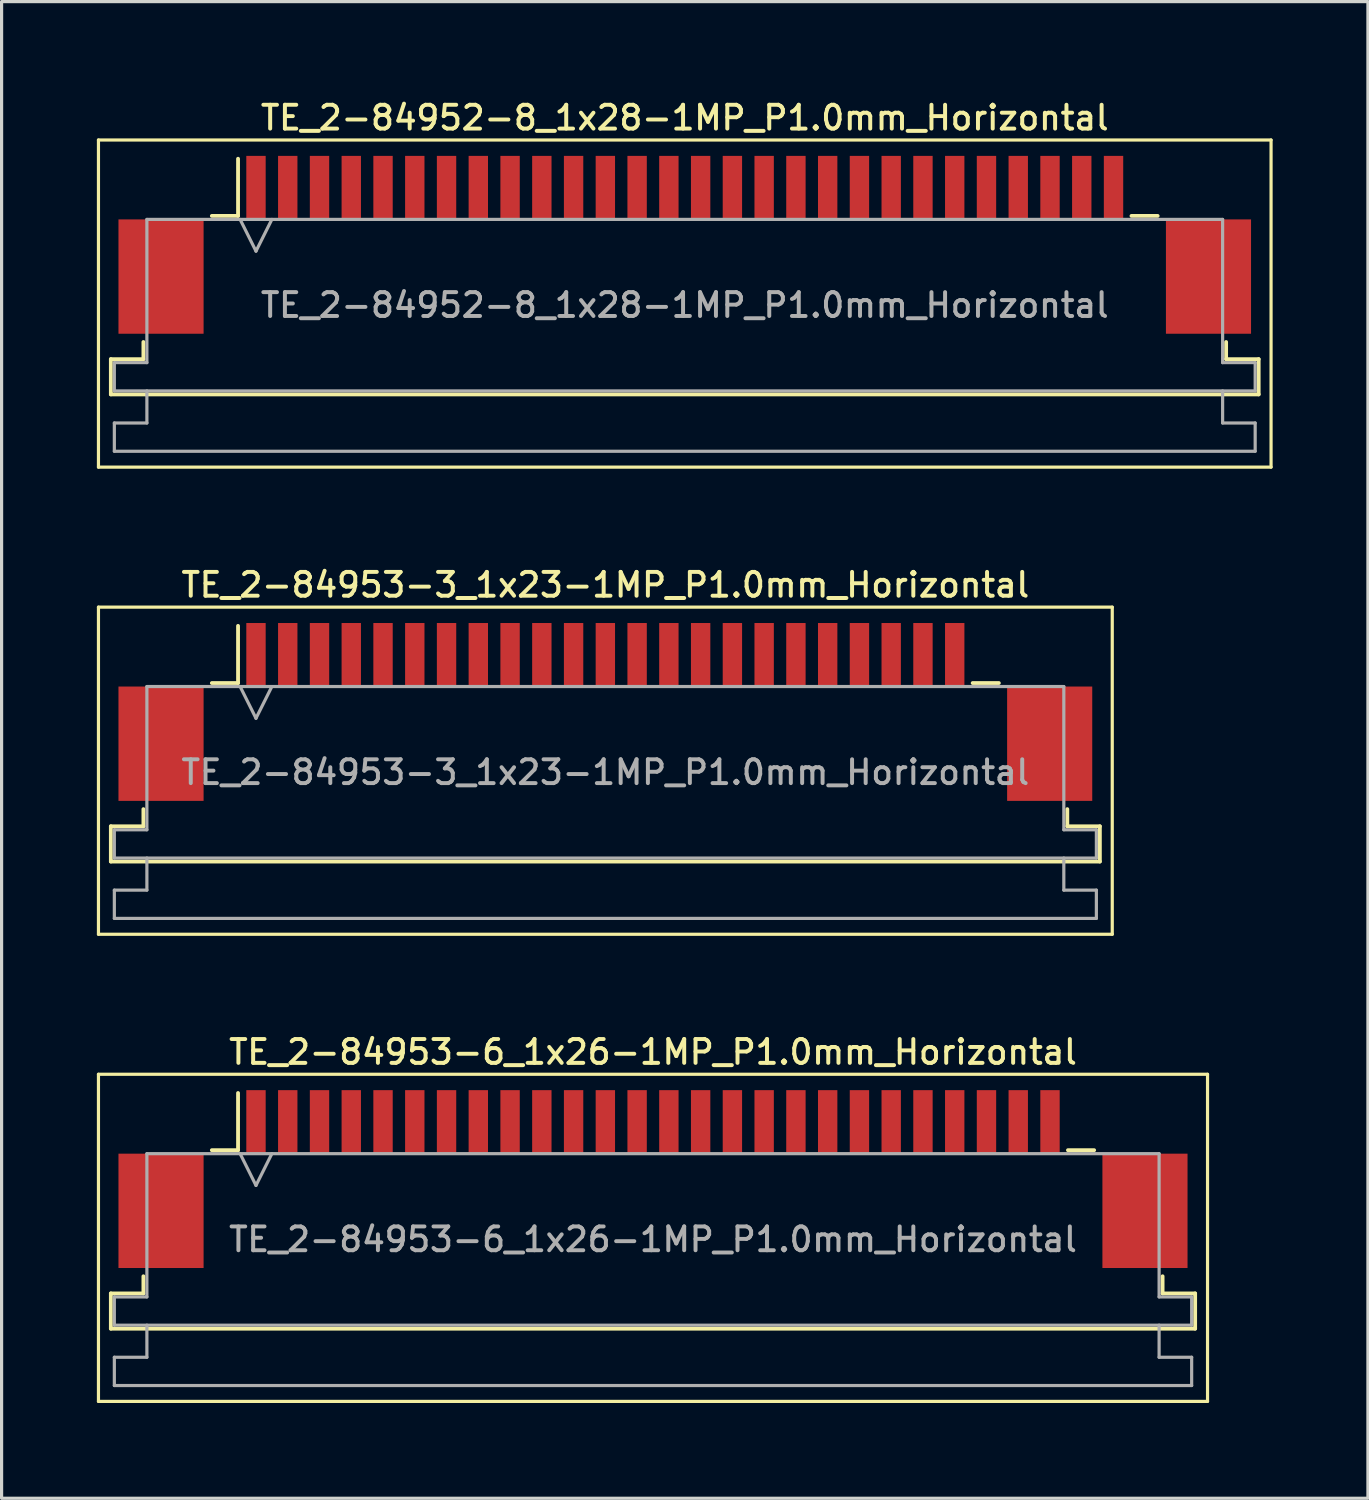
<source format=kicad_pcb>
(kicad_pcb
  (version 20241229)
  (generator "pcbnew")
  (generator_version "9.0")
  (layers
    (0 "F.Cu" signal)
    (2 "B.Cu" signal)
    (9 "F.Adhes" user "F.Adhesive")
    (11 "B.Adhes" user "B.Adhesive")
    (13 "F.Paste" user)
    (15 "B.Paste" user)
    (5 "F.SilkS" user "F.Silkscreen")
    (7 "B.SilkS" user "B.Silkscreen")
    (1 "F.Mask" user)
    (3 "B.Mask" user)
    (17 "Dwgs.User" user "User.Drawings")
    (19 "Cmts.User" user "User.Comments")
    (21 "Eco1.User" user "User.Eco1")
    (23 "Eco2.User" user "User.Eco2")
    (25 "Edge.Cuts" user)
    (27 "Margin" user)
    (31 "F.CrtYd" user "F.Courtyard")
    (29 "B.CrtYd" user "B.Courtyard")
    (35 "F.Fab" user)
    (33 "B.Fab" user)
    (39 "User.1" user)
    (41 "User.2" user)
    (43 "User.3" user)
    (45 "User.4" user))
  (footprint "TE_2-84952-8_1x28-1MP_P1.0mm_Horizontal"
    (layer "F.Cu")
    (at 18.51 4.658)
    (property "Reference" "TE_2-84952-8_1x28-1MP_P1.0mm_Horizontal" (at 0 -4 0) (layer "F.SilkS") (effects (font (size 0.75 0.75) (thickness 0.125))))
    (attr smd)
    (fp_line (start -18.46 -3.3) (end -18.46 7) (stroke (width 0.1) (type solid)) (layer "F.SilkS"))
    (fp_line (start -18.46 7) (end 18.46 7) (stroke (width 0.1) (type solid)) (layer "F.SilkS"))
    (fp_line (start -18.07 3.6) (end -17.045 3.6) (stroke (width 0.12) (type solid)) (layer "F.SilkS"))
    (fp_line (start -18.07 4.71) (end -18.07 3.6) (stroke (width 0.12) (type solid)) (layer "F.SilkS"))
    (fp_line (start -17.045 3.6) (end -17.045 3.06) (stroke (width 0.12) (type solid)) (layer "F.SilkS"))
    (fp_line (start -14.89 -0.91) (end -14.065 -0.91) (stroke (width 0.12) (type solid)) (layer "F.SilkS"))
    (fp_line (start -14.065 -0.91) (end -14.065 -2.71) (stroke (width 0.12) (type solid)) (layer "F.SilkS"))
    (fp_line (start 14.065 -0.91) (end 14.89 -0.91) (stroke (width 0.12) (type solid)) (layer "F.SilkS"))
    (fp_line (start 17.045 3.06) (end 17.045 3.6) (stroke (width 0.12) (type solid)) (layer "F.SilkS"))
    (fp_line (start 17.045 3.6) (end 18.07 3.6) (stroke (width 0.12) (type solid)) (layer "F.SilkS"))
    (fp_line (start 18.07 3.6) (end 18.07 4.71) (stroke (width 0.12) (type solid)) (layer "F.SilkS"))
    (fp_line (start 18.07 4.71) (end -18.07 4.71) (stroke (width 0.12) (type solid)) (layer "F.SilkS"))
    (fp_line (start 18.46 -3.3) (end -18.46 -3.3) (stroke (width 0.1) (type solid)) (layer "F.SilkS"))
    (fp_line (start 18.46 7) (end 18.46 -3.3) (stroke (width 0.1) (type solid)) (layer "F.SilkS"))
    (fp_line (start -17.96 3.71) (end -16.935 3.71) (stroke (width 0.1) (type solid)) (layer "F.Fab"))
    (fp_line (start -17.96 4.6) (end -17.96 3.71) (stroke (width 0.1) (type solid)) (layer "F.Fab"))
    (fp_line (start -17.96 5.61) (end -16.935 5.61) (stroke (width 0.1) (type solid)) (layer "F.Fab"))
    (fp_line (start -17.96 6.5) (end -17.96 5.61) (stroke (width 0.1) (type solid)) (layer "F.Fab"))
    (fp_line (start -16.935 -0.8) (end 16.935 -0.8) (stroke (width 0.1) (type solid)) (layer "F.Fab"))
    (fp_line (start -16.935 3.71) (end -16.935 -0.8) (stroke (width 0.1) (type solid)) (layer "F.Fab"))
    (fp_line (start -16.935 5.61) (end -16.935 4.6) (stroke (width 0.1) (type solid)) (layer "F.Fab"))
    (fp_line (start -14 -0.8) (end -13.5 0.2) (stroke (width 0.1) (type solid)) (layer "F.Fab"))
    (fp_line (start -13.5 0.2) (end -13 -0.8) (stroke (width 0.1) (type solid)) (layer "F.Fab"))
    (fp_line (start 16.935 -0.8) (end 16.935 3.71) (stroke (width 0.1) (type solid)) (layer "F.Fab"))
    (fp_line (start 16.935 3.71) (end 17.96 3.71) (stroke (width 0.1) (type solid)) (layer "F.Fab"))
    (fp_line (start 16.935 4.6) (end 16.935 5.61) (stroke (width 0.1) (type solid)) (layer "F.Fab"))
    (fp_line (start 16.935 5.61) (end 17.96 5.61) (stroke (width 0.1) (type solid)) (layer "F.Fab"))
    (fp_line (start 17.96 3.71) (end 17.96 4.6) (stroke (width 0.1) (type solid)) (layer "F.Fab"))
    (fp_line (start 17.96 4.6) (end -17.96 4.6) (stroke (width 0.1) (type solid)) (layer "F.Fab"))
    (fp_line (start 17.96 5.61) (end 17.96 6.5) (stroke (width 0.1) (type solid)) (layer "F.Fab"))
    (fp_line (start 17.96 6.5) (end -17.96 6.5) (stroke (width 0.1) (type solid)) (layer "F.Fab"))
    (fp_text user "${REFERENCE}" (at 0 1.9 0) (layer "F.Fab") (effects (font (size 0.75 0.75) (thickness 0.125))))
    (pad "1" smd rect (at -13.5 -1.8) (size 0.61 2) (layers "F.Cu" "F.Mask" "F.Paste"))
    (pad "2" smd rect (at -12.5 -1.8) (size 0.61 2) (layers "F.Cu" "F.Mask" "F.Paste"))
    (pad "3" smd rect (at -11.5 -1.8) (size 0.61 2) (layers "F.Cu" "F.Mask" "F.Paste"))
    (pad "4" smd rect (at -10.5 -1.8) (size 0.61 2) (layers "F.Cu" "F.Mask" "F.Paste"))
    (pad "5" smd rect (at -9.5 -1.8) (size 0.61 2) (layers "F.Cu" "F.Mask" "F.Paste"))
    (pad "6" smd rect (at -8.5 -1.8) (size 0.61 2) (layers "F.Cu" "F.Mask" "F.Paste"))
    (pad "7" smd rect (at -7.5 -1.8) (size 0.61 2) (layers "F.Cu" "F.Mask" "F.Paste"))
    (pad "8" smd rect (at -6.5 -1.8) (size 0.61 2) (layers "F.Cu" "F.Mask" "F.Paste"))
    (pad "9" smd rect (at -5.5 -1.8) (size 0.61 2) (layers "F.Cu" "F.Mask" "F.Paste"))
    (pad "10" smd rect (at -4.5 -1.8) (size 0.61 2) (layers "F.Cu" "F.Mask" "F.Paste"))
    (pad "11" smd rect (at -3.5 -1.8) (size 0.61 2) (layers "F.Cu" "F.Mask" "F.Paste"))
    (pad "12" smd rect (at -2.5 -1.8) (size 0.61 2) (layers "F.Cu" "F.Mask" "F.Paste"))
    (pad "13" smd rect (at -1.5 -1.8) (size 0.61 2) (layers "F.Cu" "F.Mask" "F.Paste"))
    (pad "14" smd rect (at -0.5 -1.8) (size 0.61 2) (layers "F.Cu" "F.Mask" "F.Paste"))
    (pad "15" smd rect (at 0.5 -1.8) (size 0.61 2) (layers "F.Cu" "F.Mask" "F.Paste"))
    (pad "16" smd rect (at 1.5 -1.8) (size 0.61 2) (layers "F.Cu" "F.Mask" "F.Paste"))
    (pad "17" smd rect (at 2.5 -1.8) (size 0.61 2) (layers "F.Cu" "F.Mask" "F.Paste"))
    (pad "18" smd rect (at 3.5 -1.8) (size 0.61 2) (layers "F.Cu" "F.Mask" "F.Paste"))
    (pad "19" smd rect (at 4.5 -1.8) (size 0.61 2) (layers "F.Cu" "F.Mask" "F.Paste"))
    (pad "20" smd rect (at 5.5 -1.8) (size 0.61 2) (layers "F.Cu" "F.Mask" "F.Paste"))
    (pad "21" smd rect (at 6.5 -1.8) (size 0.61 2) (layers "F.Cu" "F.Mask" "F.Paste"))
    (pad "22" smd rect (at 7.5 -1.8) (size 0.61 2) (layers "F.Cu" "F.Mask" "F.Paste"))
    (pad "23" smd rect (at 8.5 -1.8) (size 0.61 2) (layers "F.Cu" "F.Mask" "F.Paste"))
    (pad "24" smd rect (at 9.5 -1.8) (size 0.61 2) (layers "F.Cu" "F.Mask" "F.Paste"))
    (pad "25" smd rect (at 10.5 -1.8) (size 0.61 2) (layers "F.Cu" "F.Mask" "F.Paste"))
    (pad "26" smd rect (at 11.5 -1.8) (size 0.61 2) (layers "F.Cu" "F.Mask" "F.Paste"))
    (pad "27" smd rect (at 12.5 -1.8) (size 0.61 2) (layers "F.Cu" "F.Mask" "F.Paste"))
    (pad "28" smd rect (at 13.5 -1.8) (size 0.61 2) (layers "F.Cu" "F.Mask" "F.Paste"))
    (pad "MP" smd rect (at -16.49 1) (size 2.68 3.6) (layers "F.Cu" "F.Mask" "F.Paste"))
    (pad "MP" smd rect (at 16.49 1) (size 2.68 3.6) (layers "F.Cu" "F.Mask" "F.Paste")))
  (footprint "TE_2-84953-6_1x26-1MP_P1.0mm_Horizontal"
    (layer "F.Cu")
    (at 17.51 34.074)
    (property "Reference" "TE_2-84953-6_1x26-1MP_P1.0mm_Horizontal" (at 0 -4 0) (layer "F.SilkS") (effects (font (size 0.75 0.75) (thickness 0.125))))
    (attr smd)
    (fp_line (start -17.46 -3.3) (end -17.46 7) (stroke (width 0.1) (type solid)) (layer "F.SilkS"))
    (fp_line (start -17.46 7) (end 17.46 7) (stroke (width 0.1) (type solid)) (layer "F.SilkS"))
    (fp_line (start -17.07 3.6) (end -16.045 3.6) (stroke (width 0.12) (type solid)) (layer "F.SilkS"))
    (fp_line (start -17.07 4.71) (end -17.07 3.6) (stroke (width 0.12) (type solid)) (layer "F.SilkS"))
    (fp_line (start -16.045 3.6) (end -16.045 3.06) (stroke (width 0.12) (type solid)) (layer "F.SilkS"))
    (fp_line (start -13.89 -0.91) (end -13.065 -0.91) (stroke (width 0.12) (type solid)) (layer "F.SilkS"))
    (fp_line (start -13.065 -0.91) (end -13.065 -2.71) (stroke (width 0.12) (type solid)) (layer "F.SilkS"))
    (fp_line (start 13.065 -0.91) (end 13.89 -0.91) (stroke (width 0.12) (type solid)) (layer "F.SilkS"))
    (fp_line (start 16.045 3.06) (end 16.045 3.6) (stroke (width 0.12) (type solid)) (layer "F.SilkS"))
    (fp_line (start 16.045 3.6) (end 17.07 3.6) (stroke (width 0.12) (type solid)) (layer "F.SilkS"))
    (fp_line (start 17.07 3.6) (end 17.07 4.71) (stroke (width 0.12) (type solid)) (layer "F.SilkS"))
    (fp_line (start 17.07 4.71) (end -17.07 4.71) (stroke (width 0.12) (type solid)) (layer "F.SilkS"))
    (fp_line (start 17.46 -3.3) (end -17.46 -3.3) (stroke (width 0.1) (type solid)) (layer "F.SilkS"))
    (fp_line (start 17.46 7) (end 17.46 -3.3) (stroke (width 0.1) (type solid)) (layer "F.SilkS"))
    (fp_line (start -16.96 3.71) (end -15.935 3.71) (stroke (width 0.1) (type solid)) (layer "F.Fab"))
    (fp_line (start -16.96 4.6) (end -16.96 3.71) (stroke (width 0.1) (type solid)) (layer "F.Fab"))
    (fp_line (start -16.96 5.61) (end -15.935 5.61) (stroke (width 0.1) (type solid)) (layer "F.Fab"))
    (fp_line (start -16.96 6.5) (end -16.96 5.61) (stroke (width 0.1) (type solid)) (layer "F.Fab"))
    (fp_line (start -15.935 -0.8) (end 15.935 -0.8) (stroke (width 0.1) (type solid)) (layer "F.Fab"))
    (fp_line (start -15.935 3.71) (end -15.935 -0.8) (stroke (width 0.1) (type solid)) (layer "F.Fab"))
    (fp_line (start -15.935 5.61) (end -15.935 4.6) (stroke (width 0.1) (type solid)) (layer "F.Fab"))
    (fp_line (start -13 -0.8) (end -12.5 0.2) (stroke (width 0.1) (type solid)) (layer "F.Fab"))
    (fp_line (start -12.5 0.2) (end -12 -0.8) (stroke (width 0.1) (type solid)) (layer "F.Fab"))
    (fp_line (start 15.935 -0.8) (end 15.935 3.71) (stroke (width 0.1) (type solid)) (layer "F.Fab"))
    (fp_line (start 15.935 3.71) (end 16.96 3.71) (stroke (width 0.1) (type solid)) (layer "F.Fab"))
    (fp_line (start 15.935 4.6) (end 15.935 5.61) (stroke (width 0.1) (type solid)) (layer "F.Fab"))
    (fp_line (start 15.935 5.61) (end 16.96 5.61) (stroke (width 0.1) (type solid)) (layer "F.Fab"))
    (fp_line (start 16.96 3.71) (end 16.96 4.6) (stroke (width 0.1) (type solid)) (layer "F.Fab"))
    (fp_line (start 16.96 4.6) (end -16.96 4.6) (stroke (width 0.1) (type solid)) (layer "F.Fab"))
    (fp_line (start 16.96 5.61) (end 16.96 6.5) (stroke (width 0.1) (type solid)) (layer "F.Fab"))
    (fp_line (start 16.96 6.5) (end -16.96 6.5) (stroke (width 0.1) (type solid)) (layer "F.Fab"))
    (fp_text user "${REFERENCE}" (at 0 1.9 0) (layer "F.Fab") (effects (font (size 0.75 0.75) (thickness 0.125))))
    (pad "1" smd rect (at -12.5 -1.8) (size 0.61 2) (layers "F.Cu" "F.Mask" "F.Paste"))
    (pad "2" smd rect (at -11.5 -1.8) (size 0.61 2) (layers "F.Cu" "F.Mask" "F.Paste"))
    (pad "3" smd rect (at -10.5 -1.8) (size 0.61 2) (layers "F.Cu" "F.Mask" "F.Paste"))
    (pad "4" smd rect (at -9.5 -1.8) (size 0.61 2) (layers "F.Cu" "F.Mask" "F.Paste"))
    (pad "5" smd rect (at -8.5 -1.8) (size 0.61 2) (layers "F.Cu" "F.Mask" "F.Paste"))
    (pad "6" smd rect (at -7.5 -1.8) (size 0.61 2) (layers "F.Cu" "F.Mask" "F.Paste"))
    (pad "7" smd rect (at -6.5 -1.8) (size 0.61 2) (layers "F.Cu" "F.Mask" "F.Paste"))
    (pad "8" smd rect (at -5.5 -1.8) (size 0.61 2) (layers "F.Cu" "F.Mask" "F.Paste"))
    (pad "9" smd rect (at -4.5 -1.8) (size 0.61 2) (layers "F.Cu" "F.Mask" "F.Paste"))
    (pad "10" smd rect (at -3.5 -1.8) (size 0.61 2) (layers "F.Cu" "F.Mask" "F.Paste"))
    (pad "11" smd rect (at -2.5 -1.8) (size 0.61 2) (layers "F.Cu" "F.Mask" "F.Paste"))
    (pad "12" smd rect (at -1.5 -1.8) (size 0.61 2) (layers "F.Cu" "F.Mask" "F.Paste"))
    (pad "13" smd rect (at -0.5 -1.8) (size 0.61 2) (layers "F.Cu" "F.Mask" "F.Paste"))
    (pad "14" smd rect (at 0.5 -1.8) (size 0.61 2) (layers "F.Cu" "F.Mask" "F.Paste"))
    (pad "15" smd rect (at 1.5 -1.8) (size 0.61 2) (layers "F.Cu" "F.Mask" "F.Paste"))
    (pad "16" smd rect (at 2.5 -1.8) (size 0.61 2) (layers "F.Cu" "F.Mask" "F.Paste"))
    (pad "17" smd rect (at 3.5 -1.8) (size 0.61 2) (layers "F.Cu" "F.Mask" "F.Paste"))
    (pad "18" smd rect (at 4.5 -1.8) (size 0.61 2) (layers "F.Cu" "F.Mask" "F.Paste"))
    (pad "19" smd rect (at 5.5 -1.8) (size 0.61 2) (layers "F.Cu" "F.Mask" "F.Paste"))
    (pad "20" smd rect (at 6.5 -1.8) (size 0.61 2) (layers "F.Cu" "F.Mask" "F.Paste"))
    (pad "21" smd rect (at 7.5 -1.8) (size 0.61 2) (layers "F.Cu" "F.Mask" "F.Paste"))
    (pad "22" smd rect (at 8.5 -1.8) (size 0.61 2) (layers "F.Cu" "F.Mask" "F.Paste"))
    (pad "23" smd rect (at 9.5 -1.8) (size 0.61 2) (layers "F.Cu" "F.Mask" "F.Paste"))
    (pad "24" smd rect (at 10.5 -1.8) (size 0.61 2) (layers "F.Cu" "F.Mask" "F.Paste"))
    (pad "25" smd rect (at 11.5 -1.8) (size 0.61 2) (layers "F.Cu" "F.Mask" "F.Paste"))
    (pad "26" smd rect (at 12.5 -1.8) (size 0.61 2) (layers "F.Cu" "F.Mask" "F.Paste"))
    (pad "MP" smd rect (at -15.49 1) (size 2.68 3.6) (layers "F.Cu" "F.Mask" "F.Paste"))
    (pad "MP" smd rect (at 15.49 1) (size 2.68 3.6) (layers "F.Cu" "F.Mask" "F.Paste")))
  (footprint "TE_2-84953-3_1x23-1MP_P1.0mm_Horizontal"
    (layer "F.Cu")
    (at 16.01 19.366)
    (property "Reference" "TE_2-84953-3_1x23-1MP_P1.0mm_Horizontal" (at 0 -4 0) (layer "F.SilkS") (effects (font (size 0.75 0.75) (thickness 0.125))))
    (attr smd)
    (fp_line (start -15.96 -3.3) (end -15.96 7) (stroke (width 0.1) (type solid)) (layer "F.SilkS"))
    (fp_line (start -15.96 7) (end 15.96 7) (stroke (width 0.1) (type solid)) (layer "F.SilkS"))
    (fp_line (start -15.57 3.6) (end -14.545 3.6) (stroke (width 0.12) (type solid)) (layer "F.SilkS"))
    (fp_line (start -15.57 4.71) (end -15.57 3.6) (stroke (width 0.12) (type solid)) (layer "F.SilkS"))
    (fp_line (start -14.545 3.6) (end -14.545 3.06) (stroke (width 0.12) (type solid)) (layer "F.SilkS"))
    (fp_line (start -12.39 -0.91) (end -11.565 -0.91) (stroke (width 0.12) (type solid)) (layer "F.SilkS"))
    (fp_line (start -11.565 -0.91) (end -11.565 -2.71) (stroke (width 0.12) (type solid)) (layer "F.SilkS"))
    (fp_line (start 11.565 -0.91) (end 12.39 -0.91) (stroke (width 0.12) (type solid)) (layer "F.SilkS"))
    (fp_line (start 14.545 3.06) (end 14.545 3.6) (stroke (width 0.12) (type solid)) (layer "F.SilkS"))
    (fp_line (start 14.545 3.6) (end 15.57 3.6) (stroke (width 0.12) (type solid)) (layer "F.SilkS"))
    (fp_line (start 15.57 3.6) (end 15.57 4.71) (stroke (width 0.12) (type solid)) (layer "F.SilkS"))
    (fp_line (start 15.57 4.71) (end -15.57 4.71) (stroke (width 0.12) (type solid)) (layer "F.SilkS"))
    (fp_line (start 15.96 -3.3) (end -15.96 -3.3) (stroke (width 0.1) (type solid)) (layer "F.SilkS"))
    (fp_line (start 15.96 7) (end 15.96 -3.3) (stroke (width 0.1) (type solid)) (layer "F.SilkS"))
    (fp_line (start -15.46 3.71) (end -14.435 3.71) (stroke (width 0.1) (type solid)) (layer "F.Fab"))
    (fp_line (start -15.46 4.6) (end -15.46 3.71) (stroke (width 0.1) (type solid)) (layer "F.Fab"))
    (fp_line (start -15.46 5.61) (end -14.435 5.61) (stroke (width 0.1) (type solid)) (layer "F.Fab"))
    (fp_line (start -15.46 6.5) (end -15.46 5.61) (stroke (width 0.1) (type solid)) (layer "F.Fab"))
    (fp_line (start -14.435 -0.8) (end 14.435 -0.8) (stroke (width 0.1) (type solid)) (layer "F.Fab"))
    (fp_line (start -14.435 3.71) (end -14.435 -0.8) (stroke (width 0.1) (type solid)) (layer "F.Fab"))
    (fp_line (start -14.435 5.61) (end -14.435 4.6) (stroke (width 0.1) (type solid)) (layer "F.Fab"))
    (fp_line (start -11.5 -0.8) (end -11 0.2) (stroke (width 0.1) (type solid)) (layer "F.Fab"))
    (fp_line (start -11 0.2) (end -10.5 -0.8) (stroke (width 0.1) (type solid)) (layer "F.Fab"))
    (fp_line (start 14.435 -0.8) (end 14.435 3.71) (stroke (width 0.1) (type solid)) (layer "F.Fab"))
    (fp_line (start 14.435 3.71) (end 15.46 3.71) (stroke (width 0.1) (type solid)) (layer "F.Fab"))
    (fp_line (start 14.435 4.6) (end 14.435 5.61) (stroke (width 0.1) (type solid)) (layer "F.Fab"))
    (fp_line (start 14.435 5.61) (end 15.46 5.61) (stroke (width 0.1) (type solid)) (layer "F.Fab"))
    (fp_line (start 15.46 3.71) (end 15.46 4.6) (stroke (width 0.1) (type solid)) (layer "F.Fab"))
    (fp_line (start 15.46 4.6) (end -15.46 4.6) (stroke (width 0.1) (type solid)) (layer "F.Fab"))
    (fp_line (start 15.46 5.61) (end 15.46 6.5) (stroke (width 0.1) (type solid)) (layer "F.Fab"))
    (fp_line (start 15.46 6.5) (end -15.46 6.5) (stroke (width 0.1) (type solid)) (layer "F.Fab"))
    (fp_text user "${REFERENCE}" (at 0 1.9 0) (layer "F.Fab") (effects (font (size 0.75 0.75) (thickness 0.125))))
    (pad "1" smd rect (at -11 -1.8) (size 0.61 2) (layers "F.Cu" "F.Mask" "F.Paste"))
    (pad "2" smd rect (at -10 -1.8) (size 0.61 2) (layers "F.Cu" "F.Mask" "F.Paste"))
    (pad "3" smd rect (at -9 -1.8) (size 0.61 2) (layers "F.Cu" "F.Mask" "F.Paste"))
    (pad "4" smd rect (at -8 -1.8) (size 0.61 2) (layers "F.Cu" "F.Mask" "F.Paste"))
    (pad "5" smd rect (at -7 -1.8) (size 0.61 2) (layers "F.Cu" "F.Mask" "F.Paste"))
    (pad "6" smd rect (at -6 -1.8) (size 0.61 2) (layers "F.Cu" "F.Mask" "F.Paste"))
    (pad "7" smd rect (at -5 -1.8) (size 0.61 2) (layers "F.Cu" "F.Mask" "F.Paste"))
    (pad "8" smd rect (at -4 -1.8) (size 0.61 2) (layers "F.Cu" "F.Mask" "F.Paste"))
    (pad "9" smd rect (at -3 -1.8) (size 0.61 2) (layers "F.Cu" "F.Mask" "F.Paste"))
    (pad "10" smd rect (at -2 -1.8) (size 0.61 2) (layers "F.Cu" "F.Mask" "F.Paste"))
    (pad "11" smd rect (at -1 -1.8) (size 0.61 2) (layers "F.Cu" "F.Mask" "F.Paste"))
    (pad "12" smd rect (at 0 -1.8) (size 0.61 2) (layers "F.Cu" "F.Mask" "F.Paste"))
    (pad "13" smd rect (at 1 -1.8) (size 0.61 2) (layers "F.Cu" "F.Mask" "F.Paste"))
    (pad "14" smd rect (at 2 -1.8) (size 0.61 2) (layers "F.Cu" "F.Mask" "F.Paste"))
    (pad "15" smd rect (at 3 -1.8) (size 0.61 2) (layers "F.Cu" "F.Mask" "F.Paste"))
    (pad "16" smd rect (at 4 -1.8) (size 0.61 2) (layers "F.Cu" "F.Mask" "F.Paste"))
    (pad "17" smd rect (at 5 -1.8) (size 0.61 2) (layers "F.Cu" "F.Mask" "F.Paste"))
    (pad "18" smd rect (at 6 -1.8) (size 0.61 2) (layers "F.Cu" "F.Mask" "F.Paste"))
    (pad "19" smd rect (at 7 -1.8) (size 0.61 2) (layers "F.Cu" "F.Mask" "F.Paste"))
    (pad "20" smd rect (at 8 -1.8) (size 0.61 2) (layers "F.Cu" "F.Mask" "F.Paste"))
    (pad "21" smd rect (at 9 -1.8) (size 0.61 2) (layers "F.Cu" "F.Mask" "F.Paste"))
    (pad "22" smd rect (at 10 -1.8) (size 0.61 2) (layers "F.Cu" "F.Mask" "F.Paste"))
    (pad "23" smd rect (at 11 -1.8) (size 0.61 2) (layers "F.Cu" "F.Mask" "F.Paste"))
    (pad "MP" smd rect (at -13.99 1) (size 2.68 3.6) (layers "F.Cu" "F.Mask" "F.Paste"))
    (pad "MP" smd rect (at 13.99 1) (size 2.68 3.6) (layers "F.Cu" "F.Mask" "F.Paste")))
  (gr_rect
    (start -3 -3)
    (end 40.02 44.124)
    (stroke (width 0.1) (type default))
    (fill no)
    (layer "Edge.Cuts")))
</source>
